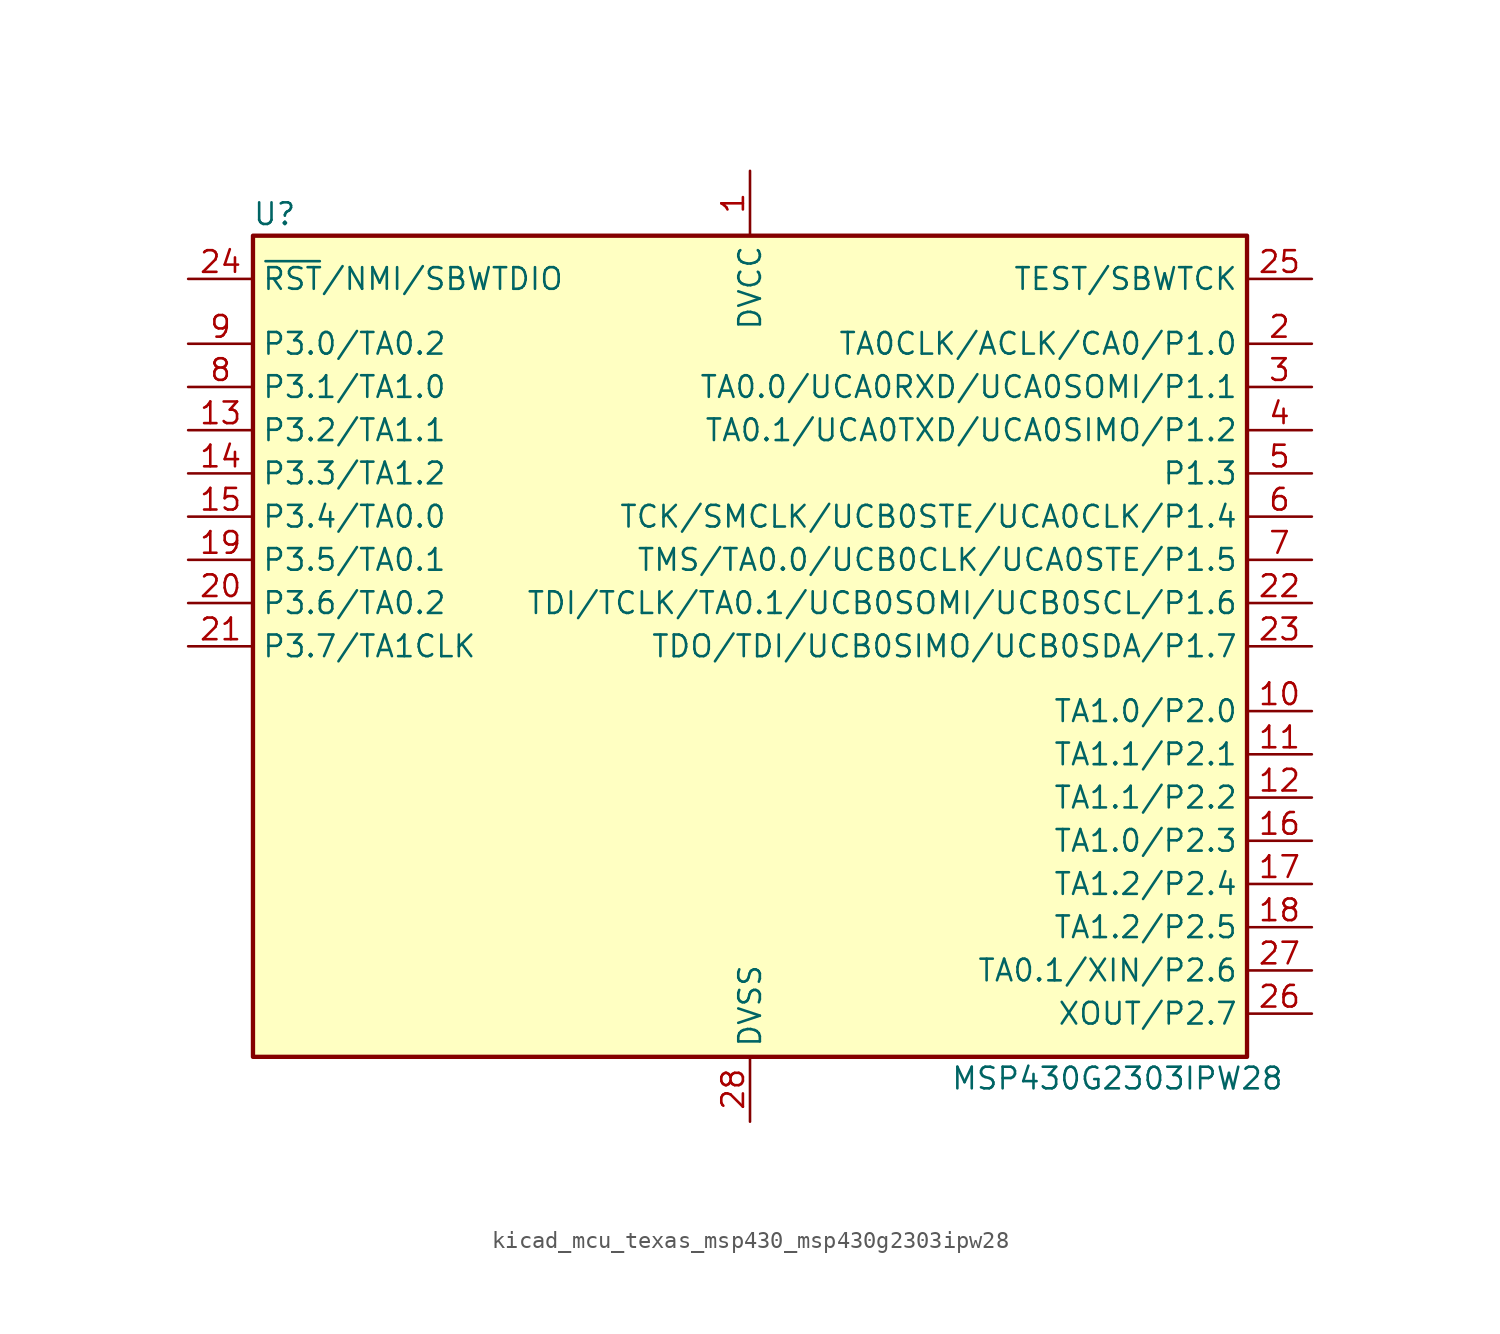
<source format=kicad_sym>
(kicad_symbol_lib
  (version 20220914)
  (generator kicad_symbol_editor)
  (symbol "kicad_mcu_texas_msp430_msp430g2303ipw28"
    (property "Reference" "U"
      (at -27.94 25.4 0)
      (effects (font (size 1.27 1.27))))
    (property "Value" "MSP430G2303IPW28"
      (at 21.59 -25.4 0)
      (effects (font (size 1.27 1.27))))
    (symbol "kicad_mcu_texas_msp430_msp430g2303ipw28_0_1"
      (rectangle (start -29.21 24.13) (end 29.21 -24.13) (stroke (width 0.254) (type default)) (fill (type background))))
    (symbol "kicad_mcu_texas_msp430_msp430g2303ipw28_1_1"
      (pin power_in line (at 0 27.94 270) (length 3.81) (name "DVCC" (effects (font (size 1.27 1.27)))) (number "1" (effects (font (size 1.27 1.27)))))
      (pin bidirectional line (at 33.02 -3.81 180) (length 3.81) (name "TA1.0/P2.0" (effects (font (size 1.27 1.27)))) (number "10" (effects (font (size 1.27 1.27)))))
      (pin bidirectional line (at 33.02 -6.35 180) (length 3.81) (name "TA1.1/P2.1" (effects (font (size 1.27 1.27)))) (number "11" (effects (font (size 1.27 1.27)))))
      (pin bidirectional line (at 33.02 -8.89 180) (length 3.81) (name "TA1.1/P2.2" (effects (font (size 1.27 1.27)))) (number "12" (effects (font (size 1.27 1.27)))))
      (pin bidirectional line (at -33.02 12.7 0) (length 3.81) (name "P3.2/TA1.1" (effects (font (size 1.27 1.27)))) (number "13" (effects (font (size 1.27 1.27)))))
      (pin bidirectional line (at -33.02 10.16 0) (length 3.81) (name "P3.3/TA1.2" (effects (font (size 1.27 1.27)))) (number "14" (effects (font (size 1.27 1.27)))))
      (pin bidirectional line (at -33.02 7.62 0) (length 3.81) (name "P3.4/TA0.0" (effects (font (size 1.27 1.27)))) (number "15" (effects (font (size 1.27 1.27)))))
      (pin bidirectional line (at 33.02 -11.43 180) (length 3.81) (name "TA1.0/P2.3" (effects (font (size 1.27 1.27)))) (number "16" (effects (font (size 1.27 1.27)))))
      (pin bidirectional line (at 33.02 -13.97 180) (length 3.81) (name "TA1.2/P2.4" (effects (font (size 1.27 1.27)))) (number "17" (effects (font (size 1.27 1.27)))))
      (pin bidirectional line (at 33.02 -16.51 180) (length 3.81) (name "TA1.2/P2.5" (effects (font (size 1.27 1.27)))) (number "18" (effects (font (size 1.27 1.27)))))
      (pin bidirectional line (at -33.02 5.08 0) (length 3.81) (name "P3.5/TA0.1" (effects (font (size 1.27 1.27)))) (number "19" (effects (font (size 1.27 1.27)))))
      (pin bidirectional line (at 33.02 17.78 180) (length 3.81) (name "TA0CLK/ACLK/CA0/P1.0" (effects (font (size 1.27 1.27)))) (number "2" (effects (font (size 1.27 1.27)))))
      (pin bidirectional line (at -33.02 2.54 0) (length 3.81) (name "P3.6/TA0.2" (effects (font (size 1.27 1.27)))) (number "20" (effects (font (size 1.27 1.27)))))
      (pin bidirectional line (at -33.02 0 0) (length 3.81) (name "P3.7/TA1CLK" (effects (font (size 1.27 1.27)))) (number "21" (effects (font (size 1.27 1.27)))))
      (pin bidirectional line (at 33.02 2.54 180) (length 3.81) (name "TDI/TCLK/TA0.1/UCB0SOMI/UCB0SCL/P1.6" (effects (font (size 1.27 1.27)))) (number "22" (effects (font (size 1.27 1.27)))))
      (pin bidirectional line (at 33.02 0 180) (length 3.81) (name "TDO/TDI/UCB0SIMO/UCB0SDA/P1.7" (effects (font (size 1.27 1.27)))) (number "23" (effects (font (size 1.27 1.27)))))
      (pin input line (at -33.02 21.59 0) (length 3.81) (name "~{RST}/NMI/SBWTDIO" (effects (font (size 1.27 1.27)))) (number "24" (effects (font (size 1.27 1.27)))))
      (pin input line (at 33.02 21.59 180) (length 3.81) (name "TEST/SBWTCK" (effects (font (size 1.27 1.27)))) (number "25" (effects (font (size 1.27 1.27)))))
      (pin bidirectional line (at 33.02 -21.59 180) (length 3.81) (name "XOUT/P2.7" (effects (font (size 1.27 1.27)))) (number "26" (effects (font (size 1.27 1.27)))))
      (pin bidirectional line (at 33.02 -19.05 180) (length 3.81) (name "TA0.1/XIN/P2.6" (effects (font (size 1.27 1.27)))) (number "27" (effects (font (size 1.27 1.27)))))
      (pin power_in line (at 0 -27.94 90) (length 3.81) (name "DVSS" (effects (font (size 1.27 1.27)))) (number "28" (effects (font (size 1.27 1.27)))))
      (pin bidirectional line (at 33.02 15.24 180) (length 3.81) (name "TA0.0/UCA0RXD/UCA0SOMI/P1.1" (effects (font (size 1.27 1.27)))) (number "3" (effects (font (size 1.27 1.27)))))
      (pin bidirectional line (at 33.02 12.7 180) (length 3.81) (name "TA0.1/UCA0TXD/UCA0SIMO/P1.2" (effects (font (size 1.27 1.27)))) (number "4" (effects (font (size 1.27 1.27)))))
      (pin bidirectional line (at 33.02 10.16 180) (length 3.81) (name "P1.3" (effects (font (size 1.27 1.27)))) (number "5" (effects (font (size 1.27 1.27)))))
      (pin bidirectional line (at 33.02 7.62 180) (length 3.81) (name "TCK/SMCLK/UCB0STE/UCA0CLK/P1.4" (effects (font (size 1.27 1.27)))) (number "6" (effects (font (size 1.27 1.27)))))
      (pin bidirectional line (at 33.02 5.08 180) (length 3.81) (name "TMS/TA0.0/UCB0CLK/UCA0STE/P1.5" (effects (font (size 1.27 1.27)))) (number "7" (effects (font (size 1.27 1.27)))))
      (pin bidirectional line (at -33.02 15.24 0) (length 3.81) (name "P3.1/TA1.0" (effects (font (size 1.27 1.27)))) (number "8" (effects (font (size 1.27 1.27)))))
      (pin bidirectional line (at -33.02 17.78 0) (length 3.81) (name "P3.0/TA0.2" (effects (font (size 1.27 1.27)))) (number "9" (effects (font (size 1.27 1.27))))))))
</source>
